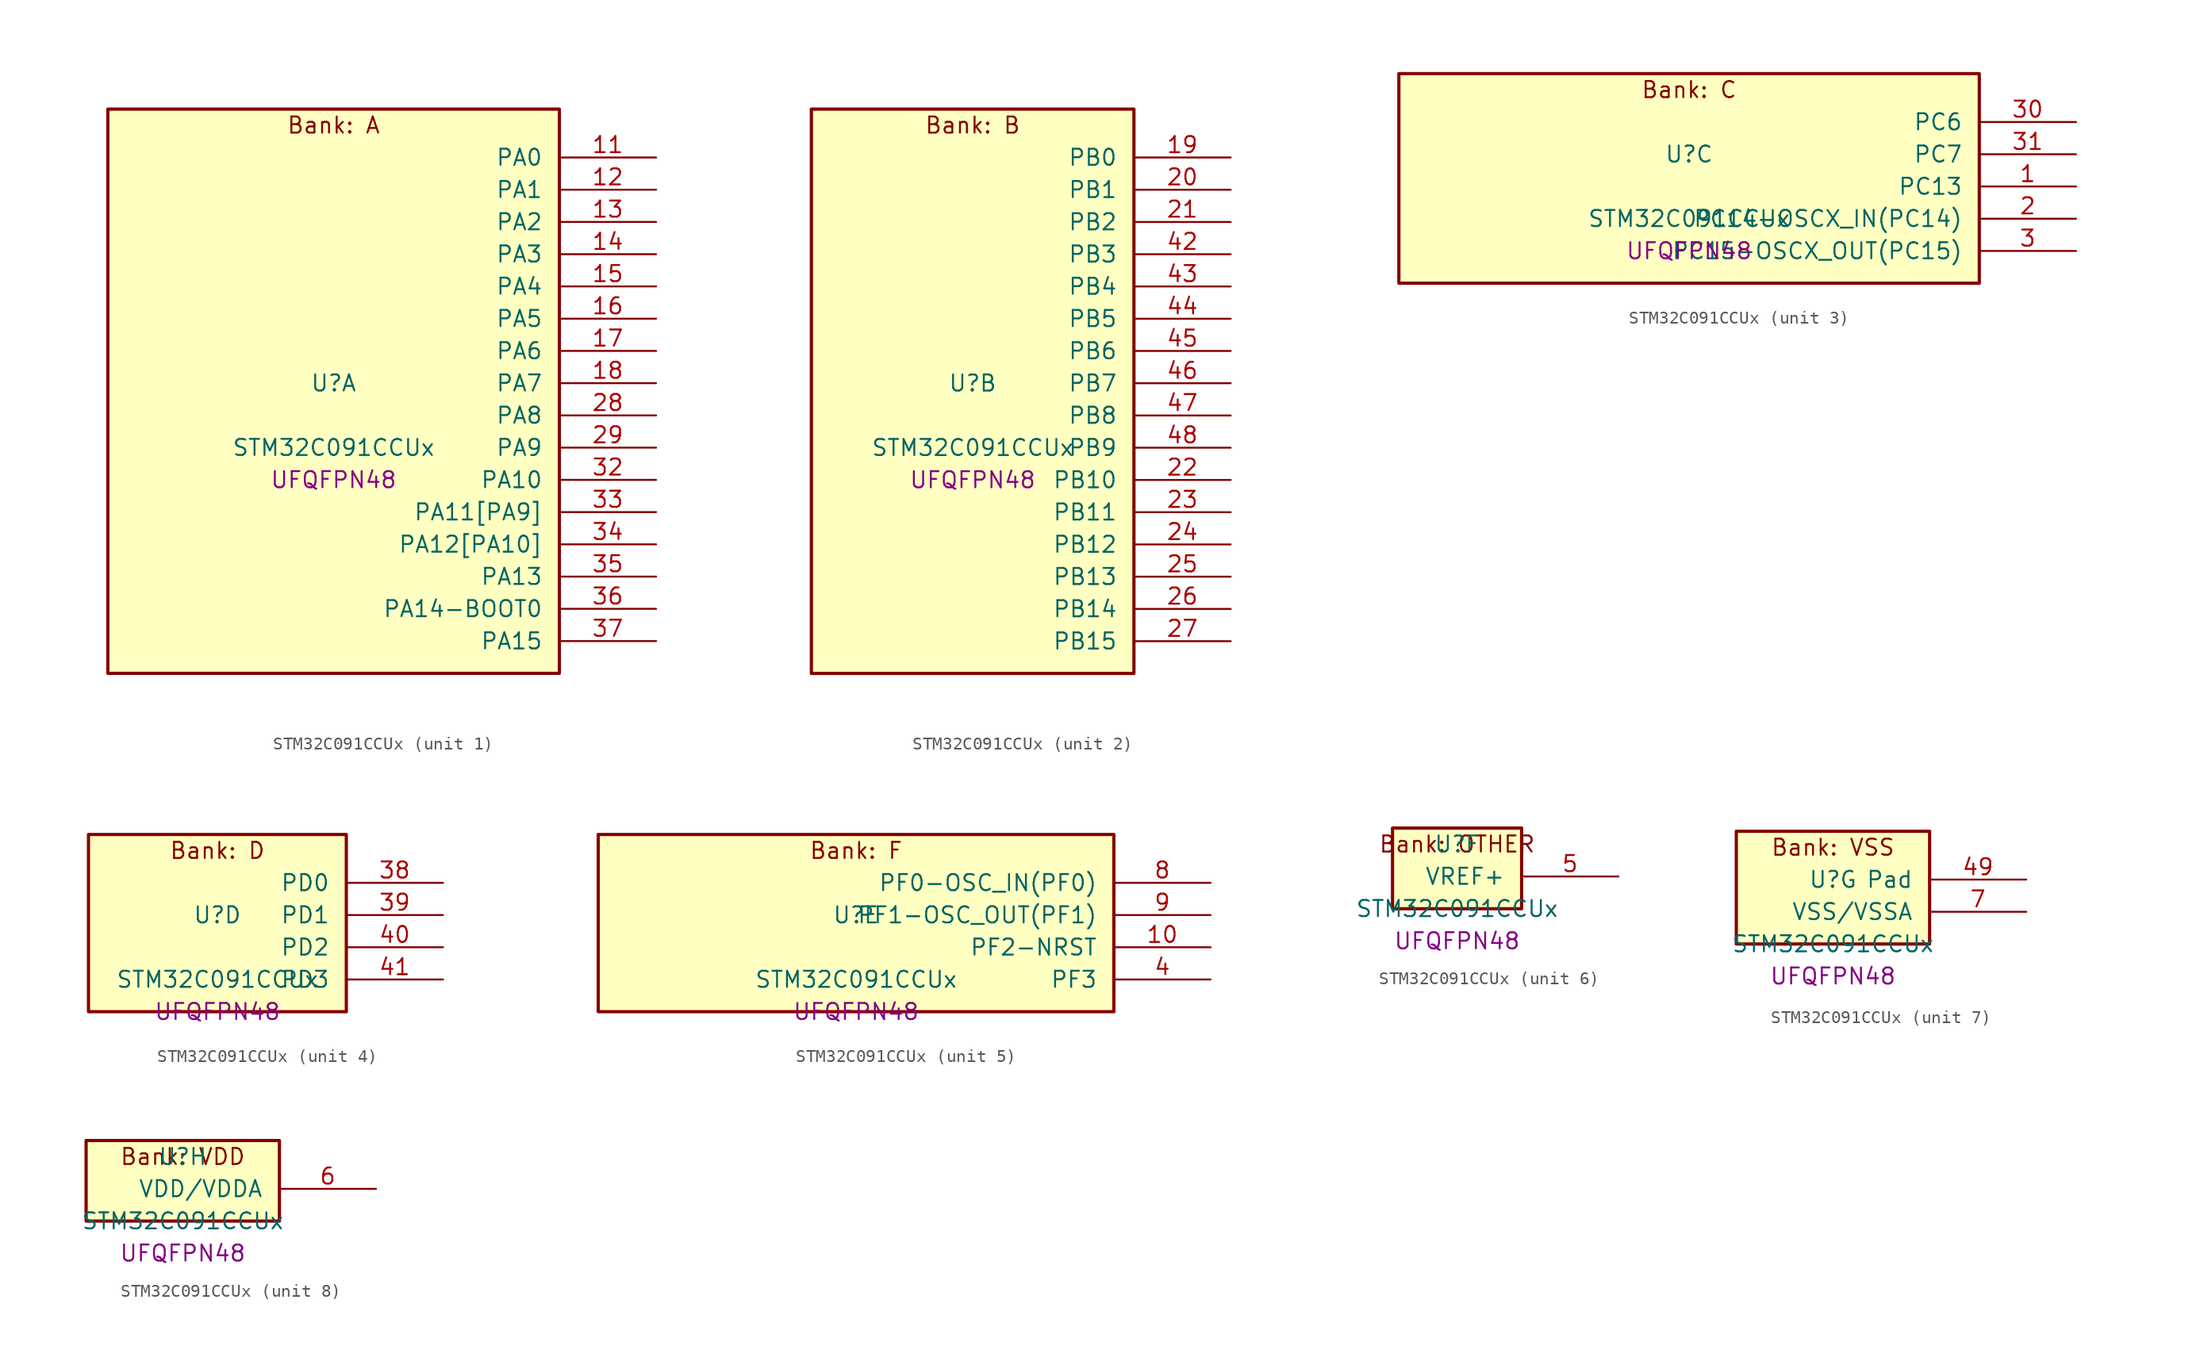
<source format=kicad_sym>
(kicad_symbol_lib
  (version 20241209)
  (generator "stm32_pkl_generator")
  (generator_version "1.0")
  (symbol "STM32C091CCUx"
    (pin_names
      (offset 1.27))
    (property "Reference" "U"
      (at 0 2.54 0))
    (property "Value" "STM32C091CCUx"
      (at 0 -2.54 0))
    (property "Footprint" "UFQFPN48"
      (at 0 -5.08 0))
    (symbol "STM32C091CCUx_1_1"
      (rectangle (start -17.78 24.13) (end 17.78 -20.32) (stroke (width 0.254) (type solid)) (fill (type background)))
      (text "Bank: A" (at 0 22.86 0))
      (pin bidirectional line (at 25.4 20.32 180) (length 7.62) (name "PA0") (number "11") (alternate "PA0/ADC1_IN0" bidirectional line) (alternate "PA0/PWR_WKUP1" bidirectional line) (alternate "PA0/SPI2_SCK" bidirectional line) (alternate "PA0/TIM16_CH1" bidirectional line) (alternate "PA0/TIM1_CH1" bidirectional line) (alternate "PA0/TIM2_CH1" bidirectional line) (alternate "PA0/TIM2_ETR" bidirectional line) (alternate "PA0/USART1_TX" bidirectional line) (alternate "PA0/USART2_CTS" bidirectional line) (alternate "PA0/USART2_NSS" bidirectional line) (alternate "PA0/USART4_TX" bidirectional line))
      (pin bidirectional line (at 25.4 17.78 180) (length 7.62) (name "PA1") (number "12") (alternate "PA1/ADC1_IN1" bidirectional line) (alternate "PA1/I2C1_SMBA" bidirectional line) (alternate "PA1/I2S1_CK" bidirectional line) (alternate "PA1/SPI1_SCK" bidirectional line) (alternate "PA1/TIM15_CH1N" bidirectional line) (alternate "PA1/TIM17_CH1" bidirectional line) (alternate "PA1/TIM1_CH2" bidirectional line) (alternate "PA1/TIM2_CH2" bidirectional line) (alternate "PA1/USART1_RX" bidirectional line) (alternate "PA1/USART2_CK" bidirectional line) (alternate "PA1/USART2_DE" bidirectional line) (alternate "PA1/USART2_RTS" bidirectional line) (alternate "PA1/USART4_RX" bidirectional line))
      (pin bidirectional line (at 25.4 15.24 180) (length 7.62) (name "PA2") (number "13") (alternate "PA2/ADC1_IN2" bidirectional line) (alternate "PA2/I2S1_SD" bidirectional line) (alternate "PA2/PWR_WKUP4" bidirectional line) (alternate "PA2/RCC_LSCO" bidirectional line) (alternate "PA2/SPI1_MOSI" bidirectional line) (alternate "PA2/TIM15_CH1" bidirectional line) (alternate "PA2/TIM16_CH1N" bidirectional line) (alternate "PA2/TIM1_CH3" bidirectional line) (alternate "PA2/TIM2_CH3" bidirectional line) (alternate "PA2/TIM3_ETR" bidirectional line) (alternate "PA2/USART2_TX" bidirectional line))
      (pin bidirectional line (at 25.4 12.7 180) (length 7.62) (name "PA3") (number "14") (alternate "PA3/ADC1_IN3" bidirectional line) (alternate "PA3/SPI2_MISO" bidirectional line) (alternate "PA3/TIM15_CH2" bidirectional line) (alternate "PA3/TIM1_CH1N" bidirectional line) (alternate "PA3/TIM1_CH4" bidirectional line) (alternate "PA3/TIM2_CH4" bidirectional line) (alternate "PA3/USART2_RX" bidirectional line))
      (pin bidirectional line (at 25.4 10.16 180) (length 7.62) (name "PA4") (number "15") (alternate "PA4/ADC1_IN4" bidirectional line) (alternate "PA4/I2S1_WS" bidirectional line) (alternate "PA4/RTC_OUT2" bidirectional line) (alternate "PA4/SPI1_NSS" bidirectional line) (alternate "PA4/SPI2_MOSI" bidirectional line) (alternate "PA4/TIM14_CH1" bidirectional line) (alternate "PA4/TIM17_CH1N" bidirectional line) (alternate "PA4/TIM1_CH2N" bidirectional line) (alternate "PA4/USART2_TX" bidirectional line))
      (pin bidirectional line (at 25.4 7.62 180) (length 7.62) (name "PA5") (number "16") (alternate "PA5/ADC1_IN5" bidirectional line) (alternate "PA5/I2S1_CK" bidirectional line) (alternate "PA5/SPI1_SCK" bidirectional line) (alternate "PA5/TIM1_CH1" bidirectional line) (alternate "PA5/TIM1_CH3N" bidirectional line) (alternate "PA5/TIM2_CH1" bidirectional line) (alternate "PA5/TIM2_ETR" bidirectional line) (alternate "PA5/USART2_RX" bidirectional line) (alternate "PA5/USART3_TX" bidirectional line))
      (pin bidirectional line (at 25.4 5.08 180) (length 7.62) (name "PA6") (number "17") (alternate "PA6/ADC1_IN6" bidirectional line) (alternate "PA6/I2C2_SDA" bidirectional line) (alternate "PA6/I2S1_MCK" bidirectional line) (alternate "PA6/SPI1_MISO" bidirectional line) (alternate "PA6/TIM16_CH1" bidirectional line) (alternate "PA6/TIM1_BKIN" bidirectional line) (alternate "PA6/TIM3_CH1" bidirectional line) (alternate "PA6/USART3_CTS" bidirectional line) (alternate "PA6/USART3_NSS" bidirectional line))
      (pin bidirectional line (at 25.4 2.54 180) (length 7.62) (name "PA7") (number "18") (alternate "PA7/ADC1_IN7" bidirectional line) (alternate "PA7/I2C2_SCL" bidirectional line) (alternate "PA7/I2S1_SD" bidirectional line) (alternate "PA7/SPI1_MOSI" bidirectional line) (alternate "PA7/TIM14_CH1" bidirectional line) (alternate "PA7/TIM17_CH1" bidirectional line) (alternate "PA7/TIM1_CH1N" bidirectional line) (alternate "PA7/TIM3_CH2" bidirectional line))
      (pin bidirectional line (at 25.4 0 180) (length 7.62) (name "PA8") (number "28") (alternate "PA8/ADC1_IN8" bidirectional line) (alternate "PA8/I2S1_WS" bidirectional line) (alternate "PA8/RCC_MCO" bidirectional line) (alternate "PA8/RCC_MCO_2" bidirectional line) (alternate "PA8/SPI1_NSS" bidirectional line) (alternate "PA8/SPI2_MISO" bidirectional line) (alternate "PA8/SPI2_NSS" bidirectional line) (alternate "PA8/TIM14_CH1" bidirectional line) (alternate "PA8/TIM1_CH1" bidirectional line) (alternate "PA8/TIM1_CH2N" bidirectional line) (alternate "PA8/TIM1_CH3N" bidirectional line) (alternate "PA8/TIM3_CH3" bidirectional line) (alternate "PA8/TIM3_CH4" bidirectional line) (alternate "PA8/USART1_RX" bidirectional line) (alternate "PA8/USART2_TX" bidirectional line))
      (pin bidirectional line (at 25.4 -2.54 180) (length 7.62) (name "PA9") (number "29") (alternate "PA9/I2C1_SCL" bidirectional line) (alternate "PA9/I2C2_SCL" bidirectional line) (alternate "PA9/RCC_MCO" bidirectional line) (alternate "PA9/SPI2_MISO" bidirectional line) (alternate "PA9/TIM15_BKIN" bidirectional line) (alternate "PA9/TIM1_CH2" bidirectional line) (alternate "PA9/TIM3_ETR" bidirectional line) (alternate "PA9/USART1_TX" bidirectional line) (alternate "PA9/NC" bidirectional line))
      (pin bidirectional line (at 25.4 -5.08 180) (length 7.62) (name "PA10") (number "32") (alternate "PA10/I2C1_SDA" bidirectional line) (alternate "PA10/I2C2_SDA" bidirectional line) (alternate "PA10/RCC_MCO_2" bidirectional line) (alternate "PA10/SPI2_MOSI" bidirectional line) (alternate "PA10/TIM17_BKIN" bidirectional line) (alternate "PA10/TIM1_CH3" bidirectional line) (alternate "PA10/USART1_RX" bidirectional line) (alternate "PA10/NC" bidirectional line))
      (pin bidirectional line (at 25.4 -7.62 180) (length 7.62) (name "PA11[PA9]") (number "33") (alternate "PA11[PA9]/ADC1_EXTI11" bidirectional line) (alternate "PA11[PA9]/I2C2_SCL" bidirectional line) (alternate "PA11[PA9]/I2S1_MCK" bidirectional line) (alternate "PA11[PA9]/SPI1_MISO" bidirectional line) (alternate "PA11[PA9]/TIM1_BKIN2" bidirectional line) (alternate "PA11[PA9]/TIM1_CH4" bidirectional line) (alternate "PA11[PA9]/USART1_CTS" bidirectional line) (alternate "PA11[PA9]/USART1_NSS" bidirectional line) (alternate "PA11[PA9]/PA9[PA11]" bidirectional line) (alternate "PA11[PA9]/I2C1_SCL" bidirectional line) (alternate "PA11[PA9]/RCC_MCO" bidirectional line) (alternate "PA11[PA9]/SPI2_MISO" bidirectional line) (alternate "PA11[PA9]/TIM15_BKIN" bidirectional line) (alternate "PA11[PA9]/TIM1_CH2" bidirectional line) (alternate "PA11[PA9]/TIM3_ETR" bidirectional line) (alternate "PA11[PA9]/USART1_TX" bidirectional line))
      (pin bidirectional line (at 25.4 -10.16 180) (length 7.62) (name "PA12[PA10]") (number "34") (alternate "PA12[PA10]/I2C2_SDA" bidirectional line) (alternate "PA12[PA10]/I2S1_SD" bidirectional line) (alternate "PA12[PA10]/I2S_CKIN" bidirectional line) (alternate "PA12[PA10]/SPI1_MOSI" bidirectional line) (alternate "PA12[PA10]/TIM1_ETR" bidirectional line) (alternate "PA12[PA10]/USART1_CK" bidirectional line) (alternate "PA12[PA10]/USART1_DE" bidirectional line) (alternate "PA12[PA10]/USART1_RTS" bidirectional line) (alternate "PA12[PA10]/PA10[PA12]" bidirectional line) (alternate "PA12[PA10]/I2C1_SDA" bidirectional line) (alternate "PA12[PA10]/RCC_MCO_2" bidirectional line) (alternate "PA12[PA10]/SPI2_MOSI" bidirectional line) (alternate "PA12[PA10]/TIM17_BKIN" bidirectional line) (alternate "PA12[PA10]/TIM1_CH3" bidirectional line) (alternate "PA12[PA10]/USART1_RX" bidirectional line))
      (pin bidirectional line (at 25.4 -12.7 180) (length 7.62) (name "PA13") (number "35") (alternate "PA13/ADC1_IN13" bidirectional line) (alternate "PA13/DEBUG_SWDIO" bidirectional line) (alternate "PA13/IR_OUT" bidirectional line) (alternate "PA13/TIM3_ETR" bidirectional line) (alternate "PA13/USART2_RX" bidirectional line))
      (pin bidirectional line (at 25.4 -15.24 180) (length 7.62) (name "PA14-BOOT0") (number "36") (alternate "PA14-BOOT0/ADC1_IN14" bidirectional line) (alternate "PA14-BOOT0/BOOT0" bidirectional line) (alternate "PA14-BOOT0/DEBUG_SWCLK" bidirectional line) (alternate "PA14-BOOT0/I2S1_WS" bidirectional line) (alternate "PA14-BOOT0/RCC_MCO_2" bidirectional line) (alternate "PA14-BOOT0/SPI1_NSS" bidirectional line) (alternate "PA14-BOOT0/TIM1_CH1" bidirectional line) (alternate "PA14-BOOT0/USART1_CK" bidirectional line) (alternate "PA14-BOOT0/USART1_DE" bidirectional line) (alternate "PA14-BOOT0/USART1_RTS" bidirectional line) (alternate "PA14-BOOT0/USART2_RX" bidirectional line) (alternate "PA14-BOOT0/USART2_TX" bidirectional line))
      (pin bidirectional line (at 25.4 -17.78 180) (length 7.62) (name "PA15") (number "37") (alternate "PA15/I2S1_WS" bidirectional line) (alternate "PA15/RCC_MCO_2" bidirectional line) (alternate "PA15/SPI1_NSS" bidirectional line) (alternate "PA15/TIM1_CH1" bidirectional line) (alternate "PA15/TIM2_CH1" bidirectional line) (alternate "PA15/TIM2_ETR" bidirectional line) (alternate "PA15/USART1_CK" bidirectional line) (alternate "PA15/USART1_DE" bidirectional line) (alternate "PA15/USART1_RTS" bidirectional line) (alternate "PA15/USART2_RX" bidirectional line) (alternate "PA15/USART3_CK" bidirectional line) (alternate "PA15/USART3_DE" bidirectional line) (alternate "PA15/USART3_RTS" bidirectional line) (alternate "PA15/USART4_CK" bidirectional line) (alternate "PA15/USART4_DE" bidirectional line) (alternate "PA15/USART4_RTS" bidirectional line)))
    (symbol "STM32C091CCUx_2_1"
      (rectangle (start -12.7 24.13) (end 12.7 -20.32) (stroke (width 0.254) (type solid)) (fill (type background)))
      (text "Bank: B" (at 0 22.86 0))
      (pin bidirectional line (at 20.32 20.32 180) (length 7.62) (name "PB0") (number "19") (alternate "PB0/ADC1_IN17" bidirectional line) (alternate "PB0/I2S1_WS" bidirectional line) (alternate "PB0/SPI1_NSS" bidirectional line) (alternate "PB0/TIM1_CH2N" bidirectional line) (alternate "PB0/TIM3_CH3" bidirectional line) (alternate "PB0/USART3_RX" bidirectional line))
      (pin bidirectional line (at 20.32 17.78 180) (length 7.62) (name "PB1") (number "20") (alternate "PB1/ADC1_IN18" bidirectional line) (alternate "PB1/TIM14_CH1" bidirectional line) (alternate "PB1/TIM1_CH2N" bidirectional line) (alternate "PB1/TIM1_CH3N" bidirectional line) (alternate "PB1/TIM3_CH4" bidirectional line) (alternate "PB1/USART3_CK" bidirectional line) (alternate "PB1/USART3_DE" bidirectional line) (alternate "PB1/USART3_RTS" bidirectional line))
      (pin bidirectional line (at 20.32 15.24 180) (length 7.62) (name "PB2") (number "21") (alternate "PB2/ADC1_IN19" bidirectional line) (alternate "PB2/RCC_MCO_2" bidirectional line) (alternate "PB2/SPI2_MISO" bidirectional line) (alternate "PB2/USART1_RX" bidirectional line) (alternate "PB2/USART3_TX" bidirectional line))
      (pin bidirectional line (at 20.32 12.7 180) (length 7.62) (name "PB3") (number "42") (alternate "PB3/I2C2_SCL" bidirectional line) (alternate "PB3/I2S1_CK" bidirectional line) (alternate "PB3/SPI1_SCK" bidirectional line) (alternate "PB3/TIM1_CH2" bidirectional line) (alternate "PB3/TIM2_CH2" bidirectional line) (alternate "PB3/TIM3_CH2" bidirectional line) (alternate "PB3/USART1_CK" bidirectional line) (alternate "PB3/USART1_DE" bidirectional line) (alternate "PB3/USART1_RTS" bidirectional line))
      (pin bidirectional line (at 20.32 10.16 180) (length 7.62) (name "PB4") (number "43") (alternate "PB4/I2C2_SDA" bidirectional line) (alternate "PB4/I2S1_MCK" bidirectional line) (alternate "PB4/SPI1_MISO" bidirectional line) (alternate "PB4/TIM17_BKIN" bidirectional line) (alternate "PB4/TIM3_CH1" bidirectional line) (alternate "PB4/USART1_CTS" bidirectional line) (alternate "PB4/USART1_NSS" bidirectional line))
      (pin bidirectional line (at 20.32 7.62 180) (length 7.62) (name "PB5") (number "44") (alternate "PB5/I2C1_SMBA" bidirectional line) (alternate "PB5/I2S1_SD" bidirectional line) (alternate "PB5/PWR_WKUP6" bidirectional line) (alternate "PB5/SPI1_MOSI" bidirectional line) (alternate "PB5/TIM16_BKIN" bidirectional line) (alternate "PB5/TIM3_CH2" bidirectional line) (alternate "PB5/TIM3_CH3" bidirectional line))
      (pin bidirectional line (at 20.32 5.08 180) (length 7.62) (name "PB6") (number "45") (alternate "PB6/I2C1_SCL" bidirectional line) (alternate "PB6/I2C1_SMBA" bidirectional line) (alternate "PB6/I2S1_CK" bidirectional line) (alternate "PB6/I2S1_MCK" bidirectional line) (alternate "PB6/I2S1_SD" bidirectional line) (alternate "PB6/PWR_WKUP3" bidirectional line) (alternate "PB6/SPI1_MISO" bidirectional line) (alternate "PB6/SPI1_MOSI" bidirectional line) (alternate "PB6/SPI1_SCK" bidirectional line) (alternate "PB6/SPI2_MISO" bidirectional line) (alternate "PB6/TIM16_BKIN" bidirectional line) (alternate "PB6/TIM16_CH1N" bidirectional line) (alternate "PB6/TIM1_CH2" bidirectional line) (alternate "PB6/TIM1_CH3" bidirectional line) (alternate "PB6/TIM3_CH1" bidirectional line) (alternate "PB6/TIM3_CH2" bidirectional line) (alternate "PB6/TIM3_CH3" bidirectional line) (alternate "PB6/USART1_CTS" bidirectional line) (alternate "PB6/USART1_NSS" bidirectional line) (alternate "PB6/USART1_TX" bidirectional line))
      (pin bidirectional line (at 20.32 2.54 180) (length 7.62) (name "PB7") (number "46") (alternate "PB7/I2C1_SCL" bidirectional line) (alternate "PB7/I2C1_SDA" bidirectional line) (alternate "PB7/SPI2_MOSI" bidirectional line) (alternate "PB7/TIM16_CH1" bidirectional line) (alternate "PB7/TIM17_CH1N" bidirectional line) (alternate "PB7/TIM1_CH4" bidirectional line) (alternate "PB7/TIM3_CH1" bidirectional line) (alternate "PB7/TIM3_CH4" bidirectional line) (alternate "PB7/USART1_RX" bidirectional line) (alternate "PB7/USART2_CTS" bidirectional line) (alternate "PB7/USART2_NSS" bidirectional line) (alternate "PB7/USART4_CTS" bidirectional line) (alternate "PB7/USART4_NSS" bidirectional line))
      (pin bidirectional line (at 20.32 0 180) (length 7.62) (name "PB8") (number "47") (alternate "PB8/I2C1_SCL" bidirectional line) (alternate "PB8/SPI2_SCK" bidirectional line) (alternate "PB8/TIM15_BKIN" bidirectional line) (alternate "PB8/TIM16_CH1" bidirectional line) (alternate "PB8/TIM3_CH1" bidirectional line) (alternate "PB8/USART2_CTS" bidirectional line) (alternate "PB8/USART2_NSS" bidirectional line) (alternate "PB8/USART3_TX" bidirectional line))
      (pin bidirectional line (at 20.32 -2.54 180) (length 7.62) (name "PB9") (number "48") (alternate "PB9/I2C1_SDA" bidirectional line) (alternate "PB9/IR_OUT" bidirectional line) (alternate "PB9/SPI2_NSS" bidirectional line) (alternate "PB9/TIM17_CH1" bidirectional line) (alternate "PB9/TIM3_CH2" bidirectional line) (alternate "PB9/USART2_CK" bidirectional line) (alternate "PB9/USART2_DE" bidirectional line) (alternate "PB9/USART2_RTS" bidirectional line) (alternate "PB9/USART3_RX" bidirectional line))
      (pin bidirectional line (at 20.32 -5.08 180) (length 7.62) (name "PB10") (number "22") (alternate "PB10/ADC1_IN20" bidirectional line) (alternate "PB10/I2C2_SCL" bidirectional line) (alternate "PB10/SPI2_SCK" bidirectional line) (alternate "PB10/TIM2_CH3" bidirectional line) (alternate "PB10/USART3_TX" bidirectional line))
      (pin bidirectional line (at 20.32 -7.62 180) (length 7.62) (name "PB11") (number "23") (alternate "PB11/ADC1_EXTI11" bidirectional line) (alternate "PB11/ADC1_IN21" bidirectional line) (alternate "PB11/I2C2_SDA" bidirectional line) (alternate "PB11/SPI2_MOSI" bidirectional line) (alternate "PB11/TIM2_CH4" bidirectional line) (alternate "PB11/USART3_RX" bidirectional line))
      (pin bidirectional line (at 20.32 -10.16 180) (length 7.62) (name "PB12") (number "24") (alternate "PB12/ADC1_IN22" bidirectional line) (alternate "PB12/SPI2_NSS" bidirectional line) (alternate "PB12/TIM15_BKIN" bidirectional line) (alternate "PB12/TIM1_BKIN" bidirectional line) (alternate "PB12/TIM1_BKIN2" bidirectional line))
      (pin bidirectional line (at 20.32 -12.7 180) (length 7.62) (name "PB13") (number "25") (alternate "PB13/I2C2_SCL" bidirectional line) (alternate "PB13/SPI2_SCK" bidirectional line) (alternate "PB13/TIM15_CH1N" bidirectional line) (alternate "PB13/TIM1_CH1N" bidirectional line) (alternate "PB13/USART3_CTS" bidirectional line) (alternate "PB13/USART3_NSS" bidirectional line))
      (pin bidirectional line (at 20.32 -15.24 180) (length 7.62) (name "PB14") (number "26") (alternate "PB14/I2C2_SDA" bidirectional line) (alternate "PB14/SPI2_MISO" bidirectional line) (alternate "PB14/TIM15_CH1" bidirectional line) (alternate "PB14/TIM1_CH2N" bidirectional line) (alternate "PB14/USART3_CK" bidirectional line) (alternate "PB14/USART3_DE" bidirectional line) (alternate "PB14/USART3_RTS" bidirectional line))
      (pin bidirectional line (at 20.32 -17.78 180) (length 7.62) (name "PB15") (number "27") (alternate "PB15/RTC_REFIN" bidirectional line) (alternate "PB15/SPI2_MOSI" bidirectional line) (alternate "PB15/TIM15_CH1N" bidirectional line) (alternate "PB15/TIM15_CH2" bidirectional line) (alternate "PB15/TIM1_CH3N" bidirectional line)))
    (symbol "STM32C091CCUx_3_1"
      (rectangle (start -22.86 8.89) (end 22.86 -7.62) (stroke (width 0.254) (type solid)) (fill (type background)))
      (text "Bank: C" (at 0 7.62 0))
      (pin bidirectional line (at 30.48 5.08 180) (length 7.62) (name "PC6") (number "30") (alternate "PC6/TIM2_CH3" bidirectional line) (alternate "PC6/TIM3_CH1" bidirectional line))
      (pin bidirectional line (at 30.48 2.54 180) (length 7.62) (name "PC7") (number "31") (alternate "PC7/TIM2_CH4" bidirectional line) (alternate "PC7/TIM3_CH2" bidirectional line))
      (pin bidirectional line (at 30.48 0 180) (length 7.62) (name "PC13") (number "1") (alternate "PC13/PWR_WKUP2" bidirectional line) (alternate "PC13/RTC_OUT1" bidirectional line) (alternate "PC13/RTC_TS" bidirectional line) (alternate "PC13/TIM1_BKIN" bidirectional line) (alternate "PC13/TIM1_ETR" bidirectional line))
      (pin bidirectional line (at 30.48 -2.54 180) (length 7.62) (name "PC14-OSCX_IN(PC14)") (number "2") (alternate "PC14-OSCX_IN(PC14)/I2C1_SDA" bidirectional line) (alternate "PC14-OSCX_IN(PC14)/IR_OUT" bidirectional line) (alternate "PC14-OSCX_IN(PC14)/RCC_OSCX_IN" bidirectional line) (alternate "PC14-OSCX_IN(PC14)/SPI2_NSS" bidirectional line) (alternate "PC14-OSCX_IN(PC14)/TIM17_CH1" bidirectional line) (alternate "PC14-OSCX_IN(PC14)/TIM1_BKIN2" bidirectional line) (alternate "PC14-OSCX_IN(PC14)/TIM1_ETR" bidirectional line) (alternate "PC14-OSCX_IN(PC14)/TIM3_CH2" bidirectional line) (alternate "PC14-OSCX_IN(PC14)/USART1_TX" bidirectional line) (alternate "PC14-OSCX_IN(PC14)/USART2_CK" bidirectional line) (alternate "PC14-OSCX_IN(PC14)/USART2_DE" bidirectional line) (alternate "PC14-OSCX_IN(PC14)/USART2_RTS" bidirectional line) (alternate "PC14-OSCX_IN(PC14)/USART3_TX" bidirectional line))
      (pin bidirectional line (at 30.48 -5.08 180) (length 7.62) (name "PC15-OSCX_OUT(PC15)") (number "3") (alternate "PC15-OSCX_OUT(PC15)/RCC_OSC32_EN" bidirectional line) (alternate "PC15-OSCX_OUT(PC15)/RCC_OSCX_OUT" bidirectional line) (alternate "PC15-OSCX_OUT(PC15)/RCC_OSC_EN" bidirectional line) (alternate "PC15-OSCX_OUT(PC15)/TIM15_BKIN" bidirectional line) (alternate "PC15-OSCX_OUT(PC15)/TIM1_ETR" bidirectional line) (alternate "PC15-OSCX_OUT(PC15)/TIM3_CH3" bidirectional line)))
    (symbol "STM32C091CCUx_4_1"
      (rectangle (start -10.16 8.89) (end 10.16 -5.08) (stroke (width 0.254) (type solid)) (fill (type background)))
      (text "Bank: D" (at 0 7.62 0))
      (pin bidirectional line (at 17.78 5.08 180) (length 7.62) (name "PD0") (number "38") (alternate "PD0/SPI2_NSS" bidirectional line) (alternate "PD0/TIM16_CH1" bidirectional line))
      (pin bidirectional line (at 17.78 2.54 180) (length 7.62) (name "PD1") (number "39") (alternate "PD1/SPI2_SCK" bidirectional line) (alternate "PD1/TIM17_CH1" bidirectional line))
      (pin bidirectional line (at 17.78 0 180) (length 7.62) (name "PD2") (number "40") (alternate "PD2/TIM1_CH1N" bidirectional line) (alternate "PD2/TIM3_ETR" bidirectional line) (alternate "PD2/USART3_CK" bidirectional line) (alternate "PD2/USART3_DE" bidirectional line) (alternate "PD2/USART3_RTS" bidirectional line))
      (pin bidirectional line (at 17.78 -2.54 180) (length 7.62) (name "PD3") (number "41") (alternate "PD3/SPI2_MISO" bidirectional line) (alternate "PD3/TIM1_CH2N" bidirectional line) (alternate "PD3/USART2_CTS" bidirectional line) (alternate "PD3/USART2_NSS" bidirectional line)))
    (symbol "STM32C091CCUx_5_1"
      (rectangle (start -20.32 8.89) (end 20.32 -5.08) (stroke (width 0.254) (type solid)) (fill (type background)))
      (text "Bank: F" (at 0 7.62 0))
      (pin bidirectional line (at 27.94 5.08 180) (length 7.62) (name "PF0-OSC_IN(PF0)") (number "8") (alternate "PF0-OSC_IN(PF0)/RCC_OSC_IN" bidirectional line) (alternate "PF0-OSC_IN(PF0)/TIM14_CH1" bidirectional line))
      (pin bidirectional line (at 27.94 2.54 180) (length 7.62) (name "PF1-OSC_OUT(PF1)") (number "9") (alternate "PF1-OSC_OUT(PF1)/RCC_OSC_EN" bidirectional line) (alternate "PF1-OSC_OUT(PF1)/RCC_OSC_OUT" bidirectional line) (alternate "PF1-OSC_OUT(PF1)/TIM15_CH1N" bidirectional line))
      (pin bidirectional line (at 27.94 0 180) (length 7.62) (name "PF2-NRST") (number "10") (alternate "PF2-NRST/RCC_MCO" bidirectional line) (alternate "PF2-NRST/TIM1_CH4" bidirectional line))
      (pin bidirectional line (at 27.94 -2.54 180) (length 7.62) (name "PF3") (number "4")))
    (symbol "STM32C091CCUx_6_1"
      (rectangle (start -5.08 3.81) (end 5.08 -2.54) (stroke (width 0.254) (type solid)) (fill (type background)))
      (text "Bank: OTHER" (at 0 2.54 0))
      (pin bidirectional line (at 12.7 0 180) (length 7.62) (name "VREF+") (number "5")))
    (symbol "STM32C091CCUx_7_1"
      (rectangle (start -7.62 6.35) (end 7.62 -2.54) (stroke (width 0.254) (type solid)) (fill (type background)))
      (text "Bank: VSS" (at 0 5.08 0))
      (pin passive line (at 15.24 2.54 180) (length 7.62) (name "Pad") (number "49"))
      (pin power_in line (at 15.24 0 180) (length 7.62) (name "VSS/VSSA") (number "7")))
    (symbol "STM32C091CCUx_8_1"
      (rectangle (start -7.62 3.81) (end 7.62 -2.54) (stroke (width 0.254) (type solid)) (fill (type background)))
      (text "Bank: VDD" (at 0 2.54 0))
      (pin power_in line (at 15.24 0 180) (length 7.62) (name "VDD/VDDA") (number "6")))))
</source>
